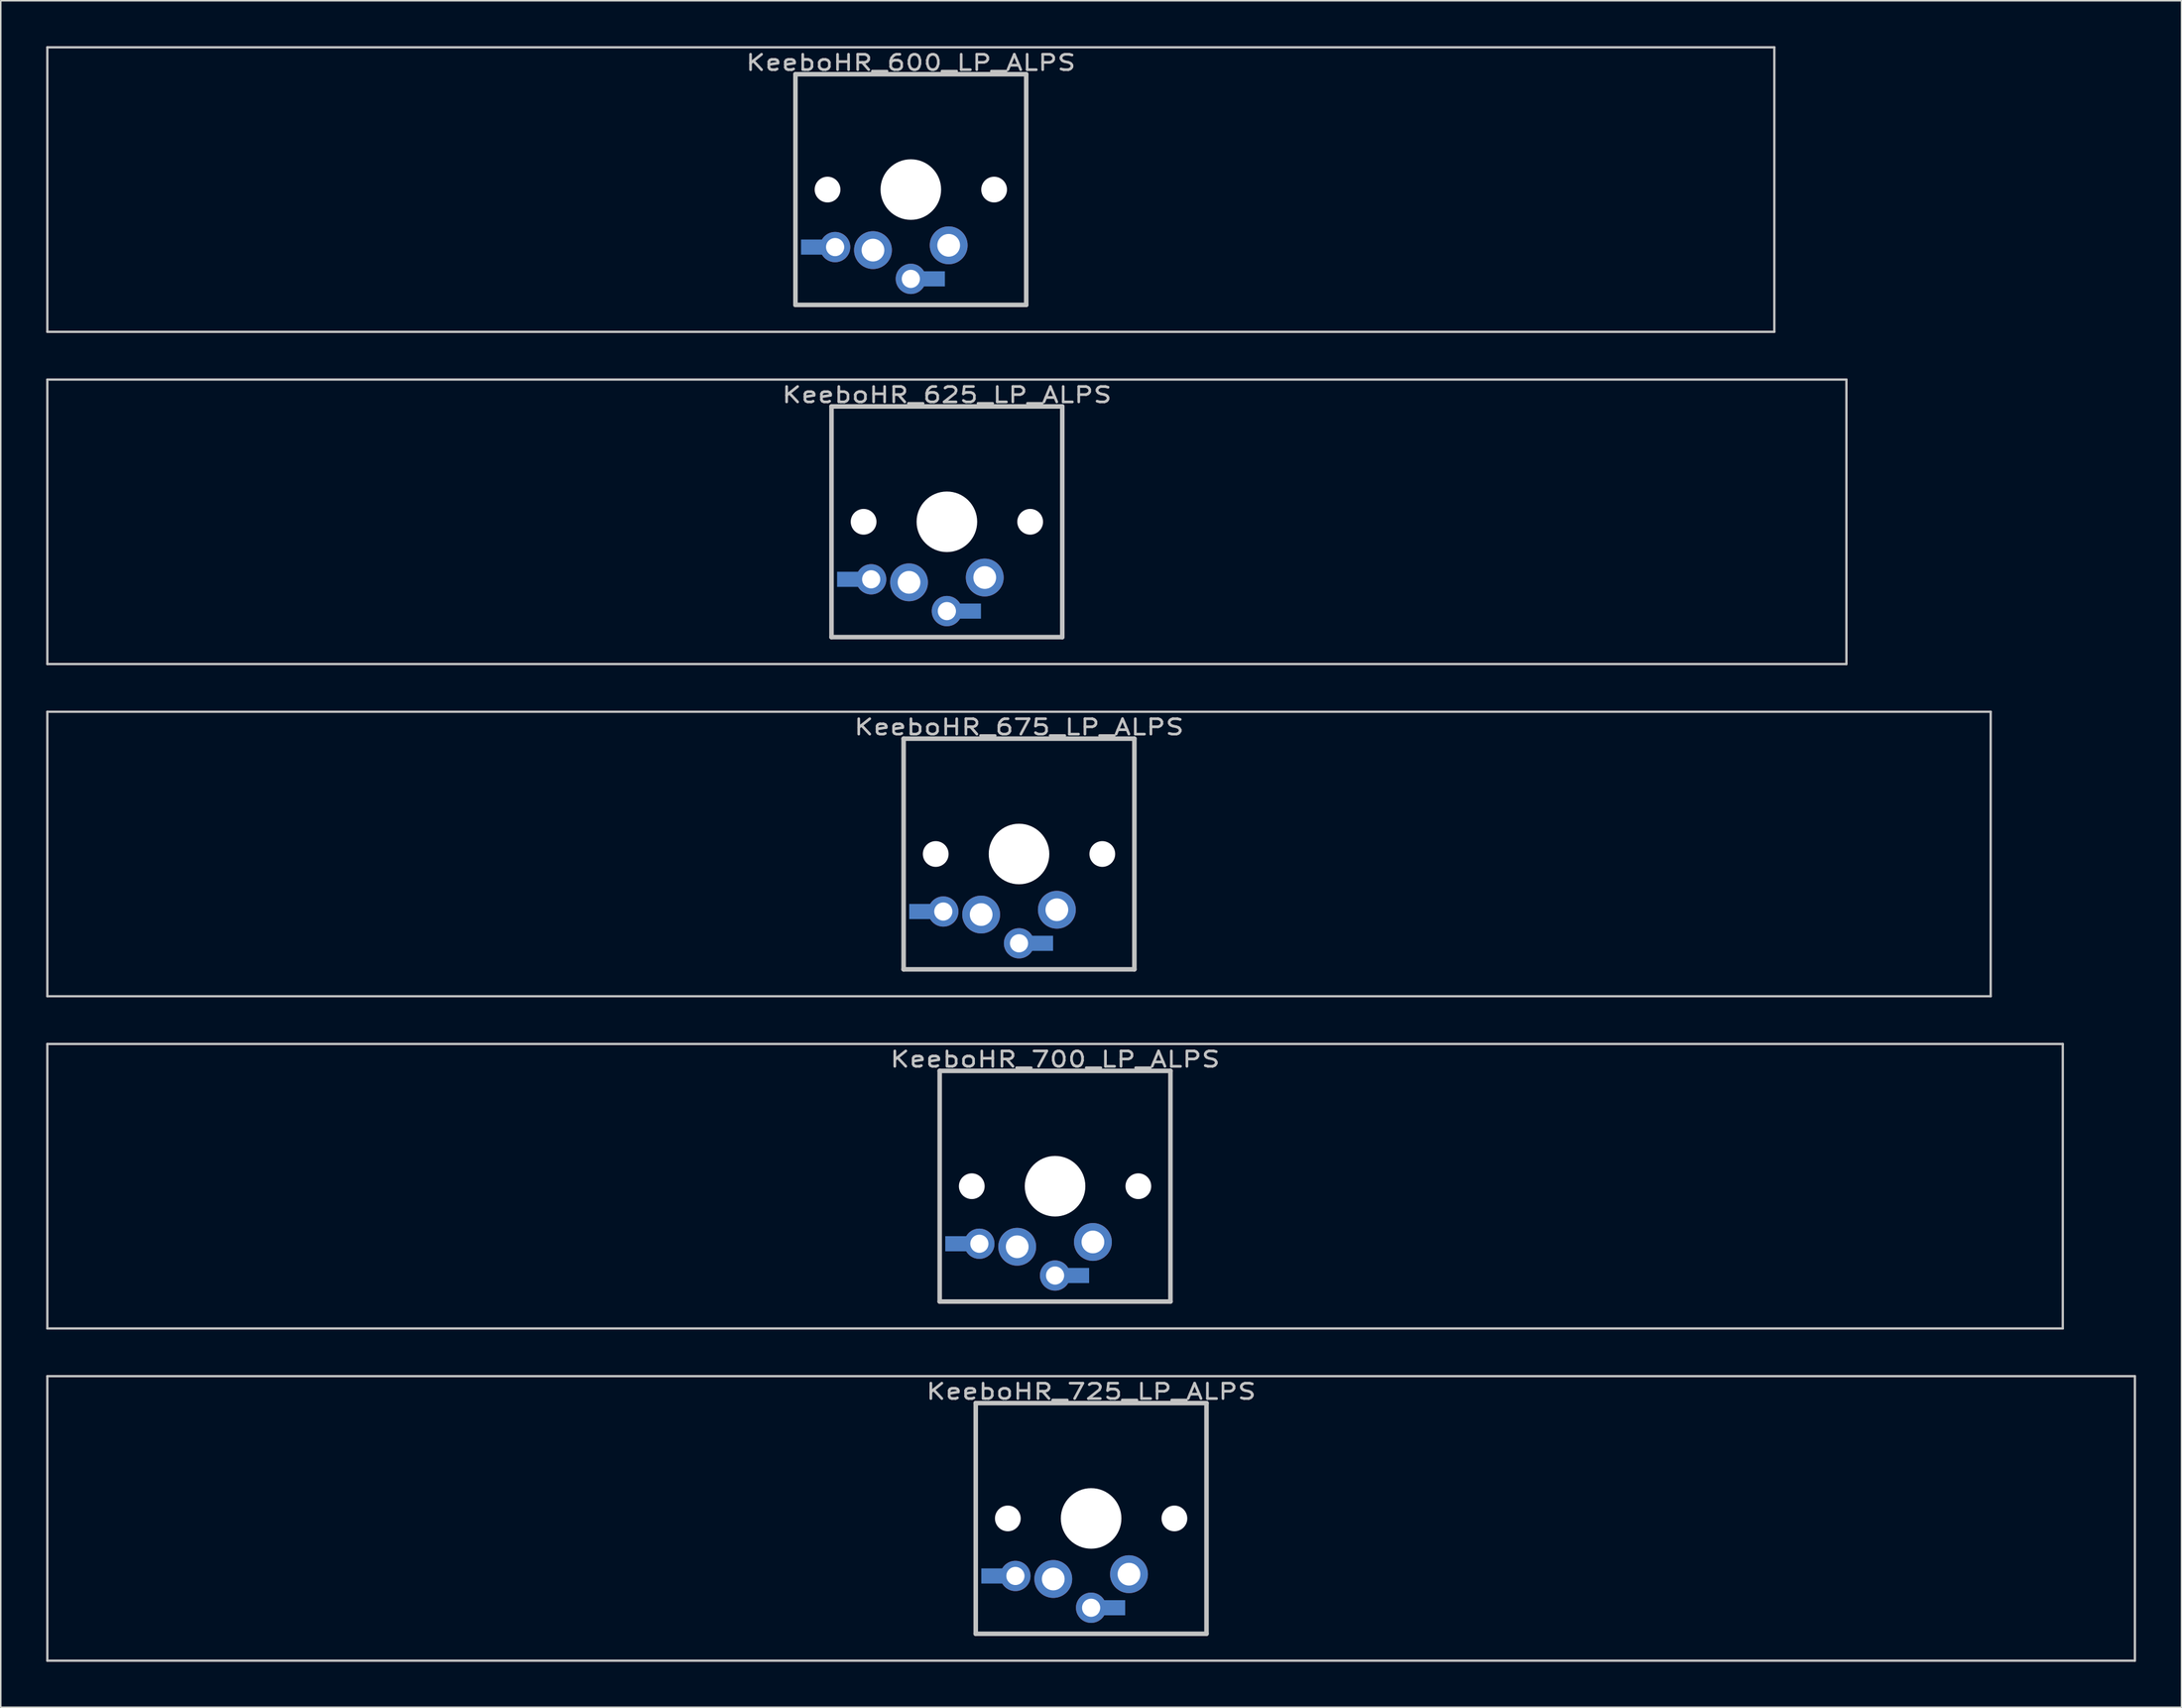
<source format=kicad_pcb>
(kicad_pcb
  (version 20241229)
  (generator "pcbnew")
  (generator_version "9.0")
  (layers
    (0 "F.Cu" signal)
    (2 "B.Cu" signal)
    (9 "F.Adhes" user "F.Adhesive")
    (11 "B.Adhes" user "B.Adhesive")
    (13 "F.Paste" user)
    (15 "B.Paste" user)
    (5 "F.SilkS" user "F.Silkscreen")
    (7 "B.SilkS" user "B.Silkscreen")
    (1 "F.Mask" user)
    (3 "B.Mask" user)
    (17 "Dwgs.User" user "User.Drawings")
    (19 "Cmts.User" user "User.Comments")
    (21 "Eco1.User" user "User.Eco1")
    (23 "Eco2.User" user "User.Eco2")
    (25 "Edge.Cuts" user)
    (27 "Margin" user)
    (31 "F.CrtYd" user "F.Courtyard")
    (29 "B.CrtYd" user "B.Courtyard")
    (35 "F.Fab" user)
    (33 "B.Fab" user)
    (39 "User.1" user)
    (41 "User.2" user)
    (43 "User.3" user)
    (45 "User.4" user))
  (footprint "KeeboHR_700_LP_ALPS"
    (layer "B.Cu")
    (at 66.624 75.319)
    (property "Reference" "KeeboHR_700_LP_ALPS" (at 0 -8.382 0) (layer "Dwgs.User") (effects (font (size 1.016 1.27) (thickness 0.178))))
    (attr through_hole)
    (fp_line (start -66.548 -9.398) (end 66.548 -9.398) (stroke (width 0.152) (type solid)) (layer "Dwgs.User"))
    (fp_line (start -66.548 9.398) (end -66.548 -9.398) (stroke (width 0.152) (type solid)) (layer "Dwgs.User"))
    (fp_line (start -7.62 -7.62) (end 7.62 -7.62) (stroke (width 0.3) (type solid)) (layer "Dwgs.User"))
    (fp_line (start -7.62 7.62) (end -7.62 -7.62) (stroke (width 0.3) (type solid)) (layer "Dwgs.User"))
    (fp_line (start 7.62 -7.62) (end 7.62 7.62) (stroke (width 0.3) (type solid)) (layer "Dwgs.User"))
    (fp_line (start 7.62 7.62) (end -7.62 7.62) (stroke (width 0.3) (type solid)) (layer "Dwgs.User"))
    (fp_line (start 66.548 -9.398) (end 66.548 9.398) (stroke (width 0.152) (type solid)) (layer "Dwgs.User"))
    (fp_line (start 66.548 9.398) (end -66.548 9.398) (stroke (width 0.152) (type solid)) (layer "Dwgs.User"))
    (pad "" np_thru_hole circle (at -5.5 0) (size 1.7 1.7) (drill 1.7) (layers "*.Cu" "*.Mask"))
    (pad "" np_thru_hole circle (at 0 0) (size 4 4) (drill 4) (layers "*.Cu" "*.Mask"))
    (pad "" np_thru_hole circle (at 5.5 0) (size 1.7 1.7) (drill 1.7) (layers "*.Cu" "*.Mask"))
    (pad "1" thru_hole circle (at 0 5.9) (size 2 2) (drill 1.2) (layers "*.Cu" "*.Mask"))
    (pad "1" smd rect (at 1.25 5.9) (size 2 1) (layers "B.Cu" "B.Mask"))
    (pad "1" thru_hole circle (at 2.5 3.683) (size 2.5 2.5) (drill 1.5) (layers "*.Cu" "*.Mask"))
    (pad "2" smd rect (at -6.25 3.8) (size 2 1) (layers "B.Cu" "B.Mask"))
    (pad "2" thru_hole circle (at -5 3.8) (size 2 2) (drill 1.2) (layers "*.Cu" "*.Mask"))
    (pad "2" thru_hole circle (at -2.5 4) (size 2.5 2.5) (drill 1.5) (layers "*.Cu" "*.Mask")))
  (footprint "KeeboHR_725_LP_ALPS"
    (layer "B.Cu")
    (at 69.005 97.268)
    (property "Reference" "KeeboHR_725_LP_ALPS" (at 0 -8.382 0) (layer "Dwgs.User") (effects (font (size 1.016 1.27) (thickness 0.178))))
    (attr through_hole)
    (fp_line (start -68.929 -9.398) (end 68.929 -9.398) (stroke (width 0.152) (type solid)) (layer "Dwgs.User"))
    (fp_line (start -68.929 9.398) (end -68.929 -9.398) (stroke (width 0.152) (type solid)) (layer "Dwgs.User"))
    (fp_line (start -7.62 -7.62) (end 7.62 -7.62) (stroke (width 0.3) (type solid)) (layer "Dwgs.User"))
    (fp_line (start -7.62 7.62) (end -7.62 -7.62) (stroke (width 0.3) (type solid)) (layer "Dwgs.User"))
    (fp_line (start 7.62 -7.62) (end 7.62 7.62) (stroke (width 0.3) (type solid)) (layer "Dwgs.User"))
    (fp_line (start 7.62 7.62) (end -7.62 7.62) (stroke (width 0.3) (type solid)) (layer "Dwgs.User"))
    (fp_line (start 68.929 -9.398) (end 68.929 9.398) (stroke (width 0.152) (type solid)) (layer "Dwgs.User"))
    (fp_line (start 68.929 9.398) (end -68.929 9.398) (stroke (width 0.152) (type solid)) (layer "Dwgs.User"))
    (pad "" np_thru_hole circle (at -5.5 0) (size 1.7 1.7) (drill 1.7) (layers "*.Cu" "*.Mask"))
    (pad "" np_thru_hole circle (at 0 0) (size 4 4) (drill 4) (layers "*.Cu" "*.Mask"))
    (pad "" np_thru_hole circle (at 5.5 0) (size 1.7 1.7) (drill 1.7) (layers "*.Cu" "*.Mask"))
    (pad "1" thru_hole circle (at 0 5.9) (size 2 2) (drill 1.2) (layers "*.Cu" "*.Mask"))
    (pad "1" smd rect (at 1.25 5.9) (size 2 1) (layers "B.Cu" "B.Mask"))
    (pad "1" thru_hole circle (at 2.5 3.683) (size 2.5 2.5) (drill 1.5) (layers "*.Cu" "*.Mask"))
    (pad "2" smd rect (at -6.25 3.8) (size 2 1) (layers "B.Cu" "B.Mask"))
    (pad "2" thru_hole circle (at -5 3.8) (size 2 2) (drill 1.2) (layers "*.Cu" "*.Mask"))
    (pad "2" thru_hole circle (at -2.5 4) (size 2.5 2.5) (drill 1.5) (layers "*.Cu" "*.Mask")))
  (footprint "KeeboHR_600_LP_ALPS"
    (layer "B.Cu")
    (at 57.099 9.474)
    (property "Reference" "KeeboHR_600_LP_ALPS" (at 0 -8.382 0) (layer "Dwgs.User") (effects (font (size 1.016 1.27) (thickness 0.178))))
    (attr through_hole)
    (fp_line (start -57.023 -9.398) (end 57.023 -9.398) (stroke (width 0.152) (type solid)) (layer "Dwgs.User"))
    (fp_line (start -57.023 9.398) (end -57.023 -9.398) (stroke (width 0.152) (type solid)) (layer "Dwgs.User"))
    (fp_line (start -7.62 -7.62) (end 7.62 -7.62) (stroke (width 0.3) (type solid)) (layer "Dwgs.User"))
    (fp_line (start -7.62 7.62) (end -7.62 -7.62) (stroke (width 0.3) (type solid)) (layer "Dwgs.User"))
    (fp_line (start 7.62 -7.62) (end 7.62 7.62) (stroke (width 0.3) (type solid)) (layer "Dwgs.User"))
    (fp_line (start 7.62 7.62) (end -7.62 7.62) (stroke (width 0.3) (type solid)) (layer "Dwgs.User"))
    (fp_line (start 57.023 -9.398) (end 57.023 9.398) (stroke (width 0.152) (type solid)) (layer "Dwgs.User"))
    (fp_line (start 57.023 9.398) (end -57.023 9.398) (stroke (width 0.152) (type solid)) (layer "Dwgs.User"))
    (pad "" np_thru_hole circle (at -5.5 0) (size 1.7 1.7) (drill 1.7) (layers "*.Cu" "*.Mask"))
    (pad "" np_thru_hole circle (at 0 0) (size 4 4) (drill 4) (layers "*.Cu" "*.Mask"))
    (pad "" np_thru_hole circle (at 5.5 0) (size 1.7 1.7) (drill 1.7) (layers "*.Cu" "*.Mask"))
    (pad "1" thru_hole circle (at 0 5.9) (size 2 2) (drill 1.2) (layers "*.Cu" "*.Mask"))
    (pad "1" smd rect (at 1.25 5.9) (size 2 1) (layers "B.Cu" "B.Mask"))
    (pad "1" thru_hole circle (at 2.5 3.683) (size 2.5 2.5) (drill 1.5) (layers "*.Cu" "*.Mask"))
    (pad "2" smd rect (at -6.25 3.8) (size 2 1) (layers "B.Cu" "B.Mask"))
    (pad "2" thru_hole circle (at -5 3.8) (size 2 2) (drill 1.2) (layers "*.Cu" "*.Mask"))
    (pad "2" thru_hole circle (at -2.5 4) (size 2.5 2.5) (drill 1.5) (layers "*.Cu" "*.Mask")))
  (footprint "KeeboHR_625_LP_ALPS"
    (layer "B.Cu")
    (at 59.48 31.423)
    (property "Reference" "KeeboHR_625_LP_ALPS" (at 0 -8.382 0) (layer "Dwgs.User") (effects (font (size 1.016 1.27) (thickness 0.178))))
    (attr through_hole)
    (fp_line (start -59.404 -9.398) (end 59.404 -9.398) (stroke (width 0.152) (type solid)) (layer "Dwgs.User"))
    (fp_line (start -59.404 9.398) (end -59.404 -9.398) (stroke (width 0.152) (type solid)) (layer "Dwgs.User"))
    (fp_line (start -7.62 -7.62) (end 7.62 -7.62) (stroke (width 0.3) (type solid)) (layer "Dwgs.User"))
    (fp_line (start -7.62 7.62) (end -7.62 -7.62) (stroke (width 0.3) (type solid)) (layer "Dwgs.User"))
    (fp_line (start 7.62 -7.62) (end 7.62 7.62) (stroke (width 0.3) (type solid)) (layer "Dwgs.User"))
    (fp_line (start 7.62 7.62) (end -7.62 7.62) (stroke (width 0.3) (type solid)) (layer "Dwgs.User"))
    (fp_line (start 59.404 -9.398) (end 59.404 9.398) (stroke (width 0.152) (type solid)) (layer "Dwgs.User"))
    (fp_line (start 59.404 9.398) (end -59.404 9.398) (stroke (width 0.152) (type solid)) (layer "Dwgs.User"))
    (pad "" np_thru_hole circle (at -5.5 0) (size 1.7 1.7) (drill 1.7) (layers "*.Cu" "*.Mask"))
    (pad "" np_thru_hole circle (at 0 0) (size 4 4) (drill 4) (layers "*.Cu" "*.Mask"))
    (pad "" np_thru_hole circle (at 5.5 0) (size 1.7 1.7) (drill 1.7) (layers "*.Cu" "*.Mask"))
    (pad "1" thru_hole circle (at 0 5.9) (size 2 2) (drill 1.2) (layers "*.Cu" "*.Mask"))
    (pad "1" smd rect (at 1.25 5.9) (size 2 1) (layers "B.Cu" "B.Mask"))
    (pad "1" thru_hole circle (at 2.5 3.683) (size 2.5 2.5) (drill 1.5) (layers "*.Cu" "*.Mask"))
    (pad "2" smd rect (at -6.25 3.8) (size 2 1) (layers "B.Cu" "B.Mask"))
    (pad "2" thru_hole circle (at -5 3.8) (size 2 2) (drill 1.2) (layers "*.Cu" "*.Mask"))
    (pad "2" thru_hole circle (at -2.5 4) (size 2.5 2.5) (drill 1.5) (layers "*.Cu" "*.Mask")))
  (footprint "KeeboHR_675_LP_ALPS"
    (layer "B.Cu")
    (at 64.243 53.371)
    (property "Reference" "KeeboHR_675_LP_ALPS" (at 0 -8.382 0) (layer "Dwgs.User") (effects (font (size 1.016 1.27) (thickness 0.178))))
    (attr through_hole)
    (fp_line (start -64.167 -9.398) (end 64.167 -9.398) (stroke (width 0.152) (type solid)) (layer "Dwgs.User"))
    (fp_line (start -64.167 9.398) (end -64.167 -9.398) (stroke (width 0.152) (type solid)) (layer "Dwgs.User"))
    (fp_line (start -7.62 -7.62) (end 7.62 -7.62) (stroke (width 0.3) (type solid)) (layer "Dwgs.User"))
    (fp_line (start -7.62 7.62) (end -7.62 -7.62) (stroke (width 0.3) (type solid)) (layer "Dwgs.User"))
    (fp_line (start 7.62 -7.62) (end 7.62 7.62) (stroke (width 0.3) (type solid)) (layer "Dwgs.User"))
    (fp_line (start 7.62 7.62) (end -7.62 7.62) (stroke (width 0.3) (type solid)) (layer "Dwgs.User"))
    (fp_line (start 64.167 -9.398) (end 64.167 9.398) (stroke (width 0.152) (type solid)) (layer "Dwgs.User"))
    (fp_line (start 64.167 9.398) (end -64.167 9.398) (stroke (width 0.152) (type solid)) (layer "Dwgs.User"))
    (pad "" np_thru_hole circle (at -5.5 0) (size 1.7 1.7) (drill 1.7) (layers "*.Cu" "*.Mask"))
    (pad "" np_thru_hole circle (at 0 0) (size 4 4) (drill 4) (layers "*.Cu" "*.Mask"))
    (pad "" np_thru_hole circle (at 5.5 0) (size 1.7 1.7) (drill 1.7) (layers "*.Cu" "*.Mask"))
    (pad "1" thru_hole circle (at 0 5.9) (size 2 2) (drill 1.2) (layers "*.Cu" "*.Mask"))
    (pad "1" smd rect (at 1.25 5.9) (size 2 1) (layers "B.Cu" "B.Mask"))
    (pad "1" thru_hole circle (at 2.5 3.683) (size 2.5 2.5) (drill 1.5) (layers "*.Cu" "*.Mask"))
    (pad "2" smd rect (at -6.25 3.8) (size 2 1) (layers "B.Cu" "B.Mask"))
    (pad "2" thru_hole circle (at -5 3.8) (size 2 2) (drill 1.2) (layers "*.Cu" "*.Mask"))
    (pad "2" thru_hole circle (at -2.5 4) (size 2.5 2.5) (drill 1.5) (layers "*.Cu" "*.Mask")))
  (gr_rect
    (start -3 -3)
    (end 141.011 109.742)
    (stroke (width 0.1) (type default))
    (fill no)
    (layer "Edge.Cuts")))
</source>
